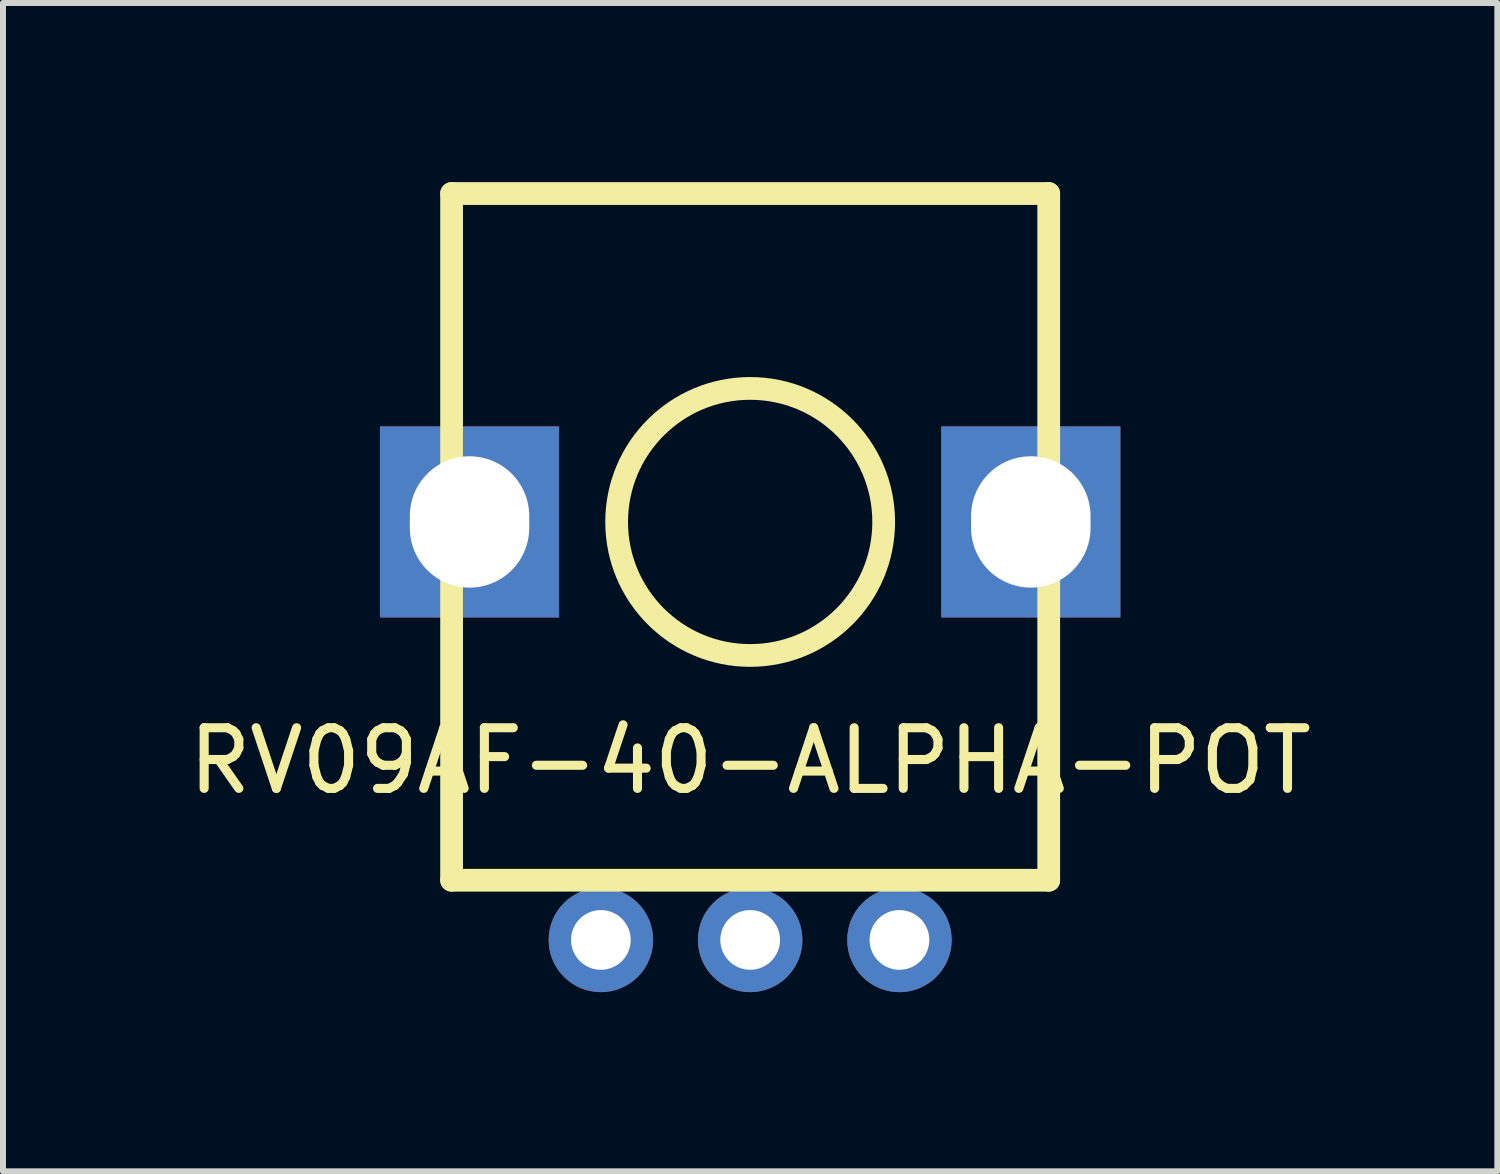
<source format=kicad_pcb>
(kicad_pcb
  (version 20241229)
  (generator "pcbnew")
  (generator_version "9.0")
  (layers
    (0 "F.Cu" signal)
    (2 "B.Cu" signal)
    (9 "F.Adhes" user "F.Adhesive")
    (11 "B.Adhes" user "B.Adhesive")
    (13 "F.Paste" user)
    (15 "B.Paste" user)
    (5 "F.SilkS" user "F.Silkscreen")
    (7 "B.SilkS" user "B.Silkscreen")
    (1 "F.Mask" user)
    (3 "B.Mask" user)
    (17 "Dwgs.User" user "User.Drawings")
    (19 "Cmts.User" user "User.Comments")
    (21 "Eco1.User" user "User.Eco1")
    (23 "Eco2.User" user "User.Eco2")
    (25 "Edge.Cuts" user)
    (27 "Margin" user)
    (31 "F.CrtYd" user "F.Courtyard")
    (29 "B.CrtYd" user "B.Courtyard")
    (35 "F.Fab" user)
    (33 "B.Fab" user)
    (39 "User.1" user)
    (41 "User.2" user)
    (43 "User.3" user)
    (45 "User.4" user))
  (footprint "RV09AF-40-ALPHA-POT"
    (layer "F.Cu")
    (at 9.513 5.691)
    (property "Reference" "RV09AF-40-ALPHA-POT" (at 0 4 0) (layer "F.SilkS") (effects (font (size 1.016 1.016) (thickness 0.152))))
    (attr through_hole)
    (fp_line (start -5 -5.5) (end 5 -5.5) (stroke (width 0.381) (type solid)) (layer "F.SilkS"))
    (fp_line (start -5 0) (end -5 -5.5) (stroke (width 0.381) (type solid)) (layer "F.SilkS"))
    (fp_line (start -5 6) (end -5 0) (stroke (width 0.381) (type solid)) (layer "F.SilkS"))
    (fp_line (start 5 -5.5) (end 5 6) (stroke (width 0.381) (type solid)) (layer "F.SilkS"))
    (fp_line (start 5 6) (end -5 6) (stroke (width 0.381) (type solid)) (layer "F.SilkS"))
    (fp_circle (center 0 0) (end 1 2) (stroke (width 0.381) (type solid)) (fill no) (layer "F.SilkS"))
    (pad "" thru_hole rect (at -4.7 0) (size 3 3.2) (drill oval 2 2.2) (layers "*.Cu" "*.Mask"))
    (pad "" thru_hole rect (at 4.7 0) (size 3 3.2) (drill oval 2 2.2) (layers "*.Cu" "*.Mask"))
    (pad "1" thru_hole circle (at -2.5 7) (size 1.75 1.75) (drill 1) (layers "*.Cu" "*.Mask"))
    (pad "2" thru_hole circle (at 0 7) (size 1.75 1.75) (drill 1) (layers "*.Cu" "*.Mask"))
    (pad "3" thru_hole circle (at 2.5 7) (size 1.75 1.75) (drill 1) (layers "*.Cu" "*.Mask")))
  (gr_rect
    (start -3 -3)
    (end 22.026 16.566)
    (stroke (width 0.1) (type default))
    (fill no)
    (layer "Edge.Cuts")))
</source>
